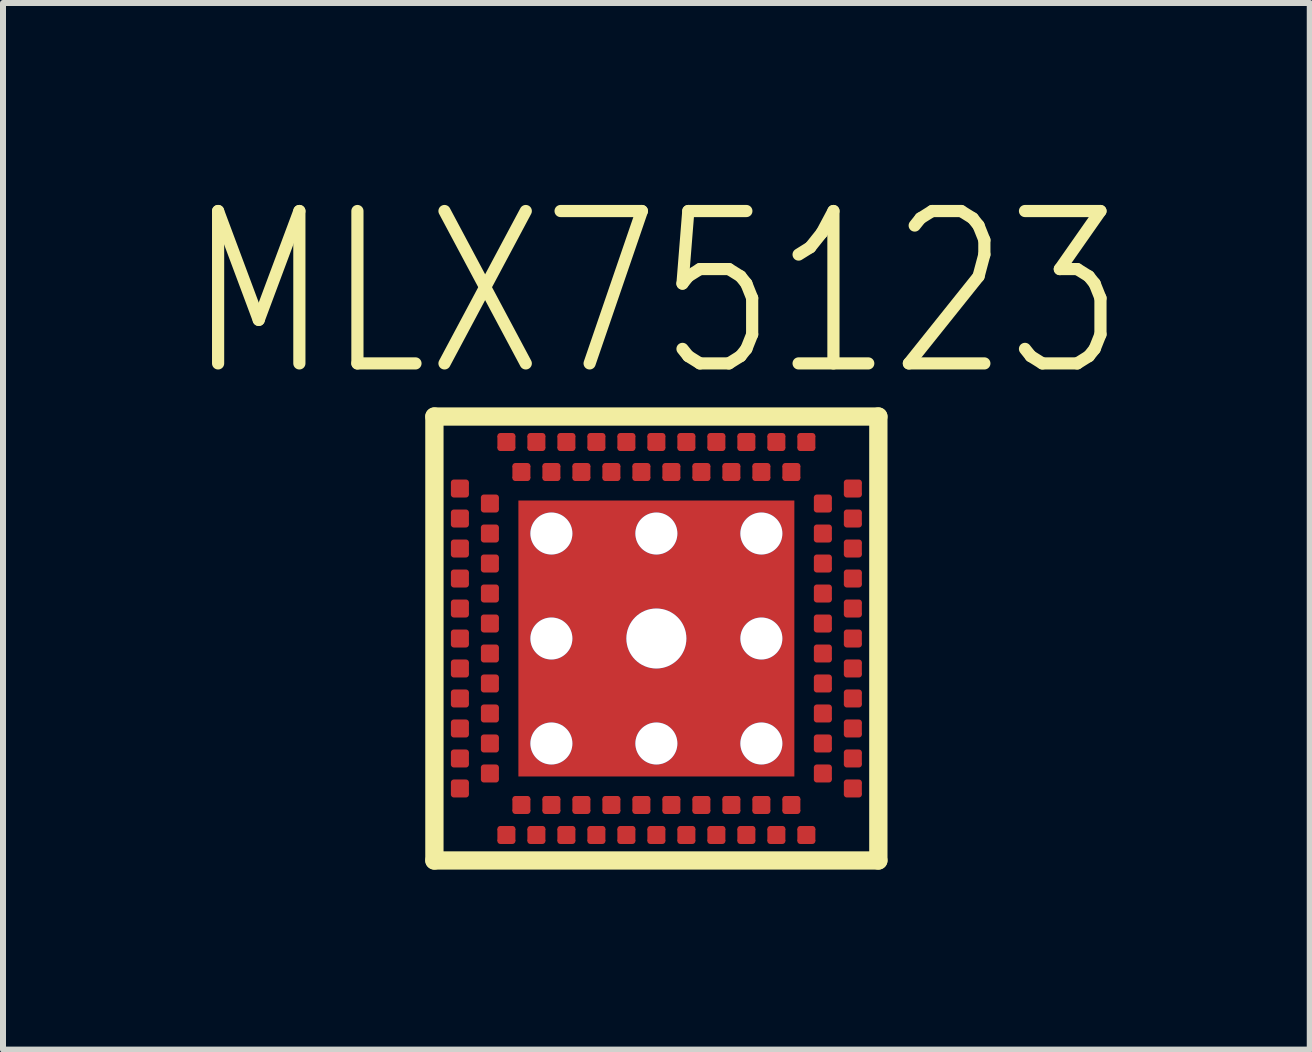
<source format=kicad_pcb>
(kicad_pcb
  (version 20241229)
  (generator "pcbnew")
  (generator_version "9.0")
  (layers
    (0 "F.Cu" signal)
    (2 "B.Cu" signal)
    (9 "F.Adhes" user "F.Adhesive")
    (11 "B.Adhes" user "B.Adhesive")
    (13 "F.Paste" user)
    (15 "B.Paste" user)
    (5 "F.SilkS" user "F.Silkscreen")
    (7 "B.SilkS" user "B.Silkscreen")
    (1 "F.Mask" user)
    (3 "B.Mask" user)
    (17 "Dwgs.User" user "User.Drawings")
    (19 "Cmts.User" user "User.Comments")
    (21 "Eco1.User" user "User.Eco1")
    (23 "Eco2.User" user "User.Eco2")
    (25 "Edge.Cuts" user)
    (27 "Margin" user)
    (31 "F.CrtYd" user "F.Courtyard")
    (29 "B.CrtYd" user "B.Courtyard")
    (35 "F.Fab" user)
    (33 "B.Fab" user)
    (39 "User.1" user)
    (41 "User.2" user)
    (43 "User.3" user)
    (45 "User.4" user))
  (footprint "MLX75123"
    (layer "F.Cu")
    (at 7.891 7.593)
    (property "Reference" "MLX75123" (at 0 -5.75 0) (layer "F.SilkS") (effects (font (size 2.54 2.032) (thickness 0.203))))
    (attr through_hole)
    (fp_line (start -3.7 -3.7) (end -3.7 3.7) (stroke (width 0.305) (type solid)) (layer "F.SilkS"))
    (fp_line (start -3.7 3.7) (end 3.7 3.7) (stroke (width 0.305) (type solid)) (layer "F.SilkS"))
    (fp_line (start 3.7 -3.7) (end -3.7 -3.7) (stroke (width 0.305) (type solid)) (layer "F.SilkS"))
    (fp_line (start 3.7 3.7) (end 3.7 -3.7) (stroke (width 0.305) (type solid)) (layer "F.SilkS"))
    (pad "A1" smd oval (at -2.5 3.175 270) (size 0.1 0.3) (layers "F.Cu" "F.Mask" "F.Paste"))
    (pad "A1" smd rect (at -2.5 3.275 270) (size 0.2 0.3) (layers "F.Cu" "F.Mask" "F.Paste"))
    (pad "A1" smd oval (at -2.5 3.375 270) (size 0.1 0.3) (layers "F.Cu" "F.Mask" "F.Paste"))
    (pad "A2" smd oval (at -2 3.175 270) (size 0.1 0.3) (layers "F.Cu" "F.Mask" "F.Paste"))
    (pad "A2" smd rect (at -2 3.275 270) (size 0.2 0.3) (layers "F.Cu" "F.Mask" "F.Paste"))
    (pad "A2" smd oval (at -2 3.375 270) (size 0.1 0.3) (layers "F.Cu" "F.Mask" "F.Paste"))
    (pad "A3" smd oval (at -1.5 3.175 270) (size 0.1 0.3) (layers "F.Cu" "F.Mask" "F.Paste"))
    (pad "A3" smd rect (at -1.5 3.275 270) (size 0.2 0.3) (layers "F.Cu" "F.Mask" "F.Paste"))
    (pad "A3" smd oval (at -1.5 3.375 270) (size 0.1 0.3) (layers "F.Cu" "F.Mask" "F.Paste"))
    (pad "A4" smd oval (at -1 3.175 270) (size 0.1 0.3) (layers "F.Cu" "F.Mask" "F.Paste"))
    (pad "A4" smd rect (at -1 3.275 270) (size 0.2 0.3) (layers "F.Cu" "F.Mask" "F.Paste"))
    (pad "A4" smd oval (at -1 3.375 270) (size 0.1 0.3) (layers "F.Cu" "F.Mask" "F.Paste"))
    (pad "A5" smd oval (at -0.5 3.175 270) (size 0.1 0.3) (layers "F.Cu" "F.Mask" "F.Paste"))
    (pad "A5" smd rect (at -0.5 3.275 270) (size 0.2 0.3) (layers "F.Cu" "F.Mask" "F.Paste"))
    (pad "A5" smd oval (at -0.5 3.375 270) (size 0.1 0.3) (layers "F.Cu" "F.Mask" "F.Paste"))
    (pad "A6" smd oval (at 0 3.175 270) (size 0.1 0.3) (layers "F.Cu" "F.Mask" "F.Paste"))
    (pad "A6" smd rect (at 0 3.275 270) (size 0.2 0.3) (layers "F.Cu" "F.Mask" "F.Paste"))
    (pad "A6" smd oval (at 0 3.375 270) (size 0.1 0.3) (layers "F.Cu" "F.Mask" "F.Paste"))
    (pad "A7" smd oval (at 0.5 3.175 270) (size 0.1 0.3) (layers "F.Cu" "F.Mask" "F.Paste"))
    (pad "A7" smd rect (at 0.5 3.275 270) (size 0.2 0.3) (layers "F.Cu" "F.Mask" "F.Paste"))
    (pad "A7" smd oval (at 0.5 3.375 270) (size 0.1 0.3) (layers "F.Cu" "F.Mask" "F.Paste"))
    (pad "A8" smd oval (at 1 3.175 270) (size 0.1 0.3) (layers "F.Cu" "F.Mask" "F.Paste"))
    (pad "A8" smd rect (at 1 3.275 270) (size 0.2 0.3) (layers "F.Cu" "F.Mask" "F.Paste"))
    (pad "A8" smd oval (at 1 3.375 270) (size 0.1 0.3) (layers "F.Cu" "F.Mask" "F.Paste"))
    (pad "A9" smd oval (at 1.5 3.175 270) (size 0.1 0.3) (layers "F.Cu" "F.Mask" "F.Paste"))
    (pad "A9" smd rect (at 1.5 3.275 270) (size 0.2 0.3) (layers "F.Cu" "F.Mask" "F.Paste"))
    (pad "A9" smd oval (at 1.5 3.375 270) (size 0.1 0.3) (layers "F.Cu" "F.Mask" "F.Paste"))
    (pad "A10" smd oval (at 2 3.175 270) (size 0.1 0.3) (layers "F.Cu" "F.Mask" "F.Paste"))
    (pad "A10" smd rect (at 2 3.275 270) (size 0.2 0.3) (layers "F.Cu" "F.Mask" "F.Paste"))
    (pad "A10" smd oval (at 2 3.375 270) (size 0.1 0.3) (layers "F.Cu" "F.Mask" "F.Paste"))
    (pad "A11" smd oval (at 2.5 3.175 270) (size 0.1 0.3) (layers "F.Cu" "F.Mask" "F.Paste"))
    (pad "A11" smd rect (at 2.5 3.275 270) (size 0.2 0.3) (layers "F.Cu" "F.Mask" "F.Paste"))
    (pad "A11" smd oval (at 2.5 3.375 270) (size 0.1 0.3) (layers "F.Cu" "F.Mask" "F.Paste"))
    (pad "A12" smd oval (at 3.275 2.4 90) (size 0.1 0.3) (layers "F.Cu" "F.Mask" "F.Paste"))
    (pad "A12" smd rect (at 3.275 2.5 90) (size 0.2 0.3) (layers "F.Cu" "F.Mask" "F.Paste"))
    (pad "A12" smd oval (at 3.275 2.6 90) (size 0.1 0.3) (layers "F.Cu" "F.Mask" "F.Paste"))
    (pad "A13" smd oval (at 3.275 1.9 90) (size 0.1 0.3) (layers "F.Cu" "F.Mask" "F.Paste"))
    (pad "A13" smd rect (at 3.275 2 90) (size 0.2 0.3) (layers "F.Cu" "F.Mask" "F.Paste"))
    (pad "A13" smd oval (at 3.275 2.1 90) (size 0.1 0.3) (layers "F.Cu" "F.Mask" "F.Paste"))
    (pad "A14" smd oval (at 3.275 1.4 90) (size 0.1 0.3) (layers "F.Cu" "F.Mask" "F.Paste"))
    (pad "A14" smd rect (at 3.275 1.5 90) (size 0.2 0.3) (layers "F.Cu" "F.Mask" "F.Paste"))
    (pad "A14" smd oval (at 3.275 1.6 90) (size 0.1 0.3) (layers "F.Cu" "F.Mask" "F.Paste"))
    (pad "A15" smd oval (at 3.275 0.9 90) (size 0.1 0.3) (layers "F.Cu" "F.Mask" "F.Paste"))
    (pad "A15" smd rect (at 3.275 1 90) (size 0.2 0.3) (layers "F.Cu" "F.Mask" "F.Paste"))
    (pad "A15" smd oval (at 3.275 1.1 90) (size 0.1 0.3) (layers "F.Cu" "F.Mask" "F.Paste"))
    (pad "A16" smd oval (at 3.275 0.4 90) (size 0.1 0.3) (layers "F.Cu" "F.Mask" "F.Paste"))
    (pad "A16" smd rect (at 3.275 0.5 90) (size 0.2 0.3) (layers "F.Cu" "F.Mask" "F.Paste"))
    (pad "A16" smd oval (at 3.275 0.6 90) (size 0.1 0.3) (layers "F.Cu" "F.Mask" "F.Paste"))
    (pad "A17" smd oval (at 3.275 -0.1 90) (size 0.1 0.3) (layers "F.Cu" "F.Mask" "F.Paste"))
    (pad "A17" smd rect (at 3.275 0 90) (size 0.2 0.3) (layers "F.Cu" "F.Mask" "F.Paste"))
    (pad "A17" smd oval (at 3.275 0.1 90) (size 0.1 0.3) (layers "F.Cu" "F.Mask" "F.Paste"))
    (pad "A18" smd oval (at 3.275 -0.6 90) (size 0.1 0.3) (layers "F.Cu" "F.Mask" "F.Paste"))
    (pad "A18" smd rect (at 3.275 -0.5 90) (size 0.2 0.3) (layers "F.Cu" "F.Mask" "F.Paste"))
    (pad "A18" smd oval (at 3.275 -0.4 90) (size 0.1 0.3) (layers "F.Cu" "F.Mask" "F.Paste"))
    (pad "A19" smd oval (at 3.275 -1.1 90) (size 0.1 0.3) (layers "F.Cu" "F.Mask" "F.Paste"))
    (pad "A19" smd rect (at 3.275 -1 90) (size 0.2 0.3) (layers "F.Cu" "F.Mask" "F.Paste"))
    (pad "A19" smd oval (at 3.275 -0.9 90) (size 0.1 0.3) (layers "F.Cu" "F.Mask" "F.Paste"))
    (pad "A20" smd oval (at 3.275 -1.6 90) (size 0.1 0.3) (layers "F.Cu" "F.Mask" "F.Paste"))
    (pad "A20" smd rect (at 3.275 -1.5 90) (size 0.2 0.3) (layers "F.Cu" "F.Mask" "F.Paste"))
    (pad "A20" smd oval (at 3.275 -1.4 90) (size 0.1 0.3) (layers "F.Cu" "F.Mask" "F.Paste"))
    (pad "A21" smd oval (at 3.275 -2.1 90) (size 0.1 0.3) (layers "F.Cu" "F.Mask" "F.Paste"))
    (pad "A21" smd rect (at 3.275 -2 90) (size 0.2 0.3) (layers "F.Cu" "F.Mask" "F.Paste"))
    (pad "A21" smd oval (at 3.275 -1.9 90) (size 0.1 0.3) (layers "F.Cu" "F.Mask" "F.Paste"))
    (pad "A22" smd oval (at 3.275 -2.6 90) (size 0.1 0.3) (layers "F.Cu" "F.Mask" "F.Paste"))
    (pad "A22" smd rect (at 3.275 -2.5 90) (size 0.2 0.3) (layers "F.Cu" "F.Mask" "F.Paste"))
    (pad "A22" smd oval (at 3.275 -2.4 90) (size 0.1 0.3) (layers "F.Cu" "F.Mask" "F.Paste"))
    (pad "A23" smd oval (at 2.5 -3.375 270) (size 0.1 0.3) (layers "F.Cu" "F.Mask" "F.Paste"))
    (pad "A23" smd rect (at 2.5 -3.275 270) (size 0.2 0.3) (layers "F.Cu" "F.Mask" "F.Paste"))
    (pad "A23" smd oval (at 2.5 -3.175 270) (size 0.1 0.3) (layers "F.Cu" "F.Mask" "F.Paste"))
    (pad "A24" smd oval (at 2 -3.375 270) (size 0.1 0.3) (layers "F.Cu" "F.Mask" "F.Paste"))
    (pad "A24" smd rect (at 2 -3.275 270) (size 0.2 0.3) (layers "F.Cu" "F.Mask" "F.Paste"))
    (pad "A24" smd oval (at 2 -3.175 270) (size 0.1 0.3) (layers "F.Cu" "F.Mask" "F.Paste"))
    (pad "A25" smd oval (at 1.5 -3.375 270) (size 0.1 0.3) (layers "F.Cu" "F.Mask" "F.Paste"))
    (pad "A25" smd rect (at 1.5 -3.275 270) (size 0.2 0.3) (layers "F.Cu" "F.Mask" "F.Paste"))
    (pad "A25" smd oval (at 1.5 -3.175 270) (size 0.1 0.3) (layers "F.Cu" "F.Mask" "F.Paste"))
    (pad "A26" smd oval (at 1 -3.375 270) (size 0.1 0.3) (layers "F.Cu" "F.Mask" "F.Paste"))
    (pad "A26" smd rect (at 1 -3.275 270) (size 0.2 0.3) (layers "F.Cu" "F.Mask" "F.Paste"))
    (pad "A26" smd oval (at 1 -3.175 270) (size 0.1 0.3) (layers "F.Cu" "F.Mask" "F.Paste"))
    (pad "A27" smd oval (at 0.5 -3.375 270) (size 0.1 0.3) (layers "F.Cu" "F.Mask" "F.Paste"))
    (pad "A27" smd rect (at 0.5 -3.275 270) (size 0.2 0.3) (layers "F.Cu" "F.Mask" "F.Paste"))
    (pad "A27" smd oval (at 0.5 -3.175 270) (size 0.1 0.3) (layers "F.Cu" "F.Mask" "F.Paste"))
    (pad "A28" smd oval (at 0 -3.375 270) (size 0.1 0.3) (layers "F.Cu" "F.Mask" "F.Paste"))
    (pad "A28" smd rect (at 0 -3.275 270) (size 0.2 0.3) (layers "F.Cu" "F.Mask" "F.Paste"))
    (pad "A28" smd oval (at 0 -3.175 270) (size 0.1 0.3) (layers "F.Cu" "F.Mask" "F.Paste"))
    (pad "A29" smd oval (at -0.5 -3.375 270) (size 0.1 0.3) (layers "F.Cu" "F.Mask" "F.Paste"))
    (pad "A29" smd rect (at -0.5 -3.275 270) (size 0.2 0.3) (layers "F.Cu" "F.Mask" "F.Paste"))
    (pad "A29" smd oval (at -0.5 -3.175 270) (size 0.1 0.3) (layers "F.Cu" "F.Mask" "F.Paste"))
    (pad "A30" smd oval (at -1 -3.375 270) (size 0.1 0.3) (layers "F.Cu" "F.Mask" "F.Paste"))
    (pad "A30" smd rect (at -1 -3.275 270) (size 0.2 0.3) (layers "F.Cu" "F.Mask" "F.Paste"))
    (pad "A30" smd oval (at -1 -3.175 270) (size 0.1 0.3) (layers "F.Cu" "F.Mask" "F.Paste"))
    (pad "A31" smd oval (at -1.5 -3.375 270) (size 0.1 0.3) (layers "F.Cu" "F.Mask" "F.Paste"))
    (pad "A31" smd rect (at -1.5 -3.275 270) (size 0.2 0.3) (layers "F.Cu" "F.Mask" "F.Paste"))
    (pad "A31" smd oval (at -1.5 -3.175 270) (size 0.1 0.3) (layers "F.Cu" "F.Mask" "F.Paste"))
    (pad "A32" smd oval (at -2 -3.375 270) (size 0.1 0.3) (layers "F.Cu" "F.Mask" "F.Paste"))
    (pad "A32" smd rect (at -2 -3.275 270) (size 0.2 0.3) (layers "F.Cu" "F.Mask" "F.Paste"))
    (pad "A32" smd oval (at -2 -3.175 270) (size 0.1 0.3) (layers "F.Cu" "F.Mask" "F.Paste"))
    (pad "A33" smd oval (at -2.5 -3.375 270) (size 0.1 0.3) (layers "F.Cu" "F.Mask" "F.Paste"))
    (pad "A33" smd rect (at -2.5 -3.275 270) (size 0.2 0.3) (layers "F.Cu" "F.Mask" "F.Paste"))
    (pad "A33" smd oval (at -2.5 -3.175 270) (size 0.1 0.3) (layers "F.Cu" "F.Mask" "F.Paste"))
    (pad "A34" smd oval (at -3.275 -2.6 90) (size 0.1 0.3) (layers "F.Cu" "F.Mask" "F.Paste"))
    (pad "A34" smd rect (at -3.275 -2.5 90) (size 0.2 0.3) (layers "F.Cu" "F.Mask" "F.Paste"))
    (pad "A34" smd oval (at -3.275 -2.4 90) (size 0.1 0.3) (layers "F.Cu" "F.Mask" "F.Paste"))
    (pad "A35" smd oval (at -3.275 -2.1 90) (size 0.1 0.3) (layers "F.Cu" "F.Mask" "F.Paste"))
    (pad "A35" smd rect (at -3.275 -2 90) (size 0.2 0.3) (layers "F.Cu" "F.Mask" "F.Paste"))
    (pad "A35" smd oval (at -3.275 -1.9 90) (size 0.1 0.3) (layers "F.Cu" "F.Mask" "F.Paste"))
    (pad "A36" smd oval (at -3.275 -1.6 90) (size 0.1 0.3) (layers "F.Cu" "F.Mask" "F.Paste"))
    (pad "A36" smd rect (at -3.275 -1.5 90) (size 0.2 0.3) (layers "F.Cu" "F.Mask" "F.Paste"))
    (pad "A36" smd oval (at -3.275 -1.4 90) (size 0.1 0.3) (layers "F.Cu" "F.Mask" "F.Paste"))
    (pad "A37" smd oval (at -3.275 -1.1 90) (size 0.1 0.3) (layers "F.Cu" "F.Mask" "F.Paste"))
    (pad "A37" smd rect (at -3.275 -1 90) (size 0.2 0.3) (layers "F.Cu" "F.Mask" "F.Paste"))
    (pad "A37" smd oval (at -3.275 -0.9 90) (size 0.1 0.3) (layers "F.Cu" "F.Mask" "F.Paste"))
    (pad "A38" smd oval (at -3.275 -0.6 90) (size 0.1 0.3) (layers "F.Cu" "F.Mask" "F.Paste"))
    (pad "A38" smd rect (at -3.275 -0.5 90) (size 0.2 0.3) (layers "F.Cu" "F.Mask" "F.Paste"))
    (pad "A38" smd oval (at -3.275 -0.4 90) (size 0.1 0.3) (layers "F.Cu" "F.Mask" "F.Paste"))
    (pad "A39" smd oval (at -3.275 -0.1 90) (size 0.1 0.3) (layers "F.Cu" "F.Mask" "F.Paste"))
    (pad "A39" smd rect (at -3.275 0 90) (size 0.2 0.3) (layers "F.Cu" "F.Mask" "F.Paste"))
    (pad "A39" smd oval (at -3.275 0.1 90) (size 0.1 0.3) (layers "F.Cu" "F.Mask" "F.Paste"))
    (pad "A40" smd oval (at -3.275 0.4 90) (size 0.1 0.3) (layers "F.Cu" "F.Mask" "F.Paste"))
    (pad "A40" smd rect (at -3.275 0.5 90) (size 0.2 0.3) (layers "F.Cu" "F.Mask" "F.Paste"))
    (pad "A40" smd oval (at -3.275 0.6 90) (size 0.1 0.3) (layers "F.Cu" "F.Mask" "F.Paste"))
    (pad "A41" smd oval (at -3.275 0.9 90) (size 0.1 0.3) (layers "F.Cu" "F.Mask" "F.Paste"))
    (pad "A41" smd rect (at -3.275 1 90) (size 0.2 0.3) (layers "F.Cu" "F.Mask" "F.Paste"))
    (pad "A41" smd oval (at -3.275 1.1 90) (size 0.1 0.3) (layers "F.Cu" "F.Mask" "F.Paste"))
    (pad "A42" smd oval (at -3.275 1.4 90) (size 0.1 0.3) (layers "F.Cu" "F.Mask" "F.Paste"))
    (pad "A42" smd rect (at -3.275 1.5 90) (size 0.2 0.3) (layers "F.Cu" "F.Mask" "F.Paste"))
    (pad "A42" smd oval (at -3.275 1.6 90) (size 0.1 0.3) (layers "F.Cu" "F.Mask" "F.Paste"))
    (pad "A43" smd oval (at -3.275 1.9 90) (size 0.1 0.3) (layers "F.Cu" "F.Mask" "F.Paste"))
    (pad "A43" smd rect (at -3.275 2 90) (size 0.2 0.3) (layers "F.Cu" "F.Mask" "F.Paste"))
    (pad "A43" smd oval (at -3.275 2.1 90) (size 0.1 0.3) (layers "F.Cu" "F.Mask" "F.Paste"))
    (pad "A44" smd oval (at -3.275 2.4 90) (size 0.1 0.3) (layers "F.Cu" "F.Mask" "F.Paste"))
    (pad "A44" smd rect (at -3.275 2.5 90) (size 0.2 0.3) (layers "F.Cu" "F.Mask" "F.Paste"))
    (pad "A44" smd oval (at -3.275 2.6 90) (size 0.1 0.3) (layers "F.Cu" "F.Mask" "F.Paste"))
    (pad "B1" smd oval (at -2.25 2.675 270) (size 0.1 0.3) (layers "F.Cu" "F.Mask" "F.Paste"))
    (pad "B1" smd rect (at -2.25 2.775 270) (size 0.2 0.3) (layers "F.Cu" "F.Mask" "F.Paste"))
    (pad "B1" smd oval (at -2.25 2.875 270) (size 0.1 0.3) (layers "F.Cu" "F.Mask" "F.Paste"))
    (pad "B2" smd oval (at -1.75 2.675 270) (size 0.1 0.3) (layers "F.Cu" "F.Mask" "F.Paste"))
    (pad "B2" smd rect (at -1.75 2.775 270) (size 0.2 0.3) (layers "F.Cu" "F.Mask" "F.Paste"))
    (pad "B2" smd oval (at -1.75 2.875 270) (size 0.1 0.3) (layers "F.Cu" "F.Mask" "F.Paste"))
    (pad "B3" smd oval (at -1.25 2.675 270) (size 0.1 0.3) (layers "F.Cu" "F.Mask" "F.Paste"))
    (pad "B3" smd rect (at -1.25 2.775 270) (size 0.2 0.3) (layers "F.Cu" "F.Mask" "F.Paste"))
    (pad "B3" smd oval (at -1.25 2.875 270) (size 0.1 0.3) (layers "F.Cu" "F.Mask" "F.Paste"))
    (pad "B4" smd oval (at -0.75 2.675 270) (size 0.1 0.3) (layers "F.Cu" "F.Mask" "F.Paste"))
    (pad "B4" smd rect (at -0.75 2.775 270) (size 0.2 0.3) (layers "F.Cu" "F.Mask" "F.Paste"))
    (pad "B4" smd oval (at -0.75 2.875 270) (size 0.1 0.3) (layers "F.Cu" "F.Mask" "F.Paste"))
    (pad "B5" smd oval (at -0.25 2.675 270) (size 0.1 0.3) (layers "F.Cu" "F.Mask" "F.Paste"))
    (pad "B5" smd rect (at -0.25 2.775 270) (size 0.2 0.3) (layers "F.Cu" "F.Mask" "F.Paste"))
    (pad "B5" smd oval (at -0.25 2.875 270) (size 0.1 0.3) (layers "F.Cu" "F.Mask" "F.Paste"))
    (pad "B6" smd oval (at 0.25 2.675 270) (size 0.1 0.3) (layers "F.Cu" "F.Mask" "F.Paste"))
    (pad "B6" smd rect (at 0.25 2.775 270) (size 0.2 0.3) (layers "F.Cu" "F.Mask" "F.Paste"))
    (pad "B6" smd oval (at 0.25 2.875 270) (size 0.1 0.3) (layers "F.Cu" "F.Mask" "F.Paste"))
    (pad "B7" smd oval (at 0.75 2.675 270) (size 0.1 0.3) (layers "F.Cu" "F.Mask" "F.Paste"))
    (pad "B7" smd rect (at 0.75 2.775 270) (size 0.2 0.3) (layers "F.Cu" "F.Mask" "F.Paste"))
    (pad "B7" smd oval (at 0.75 2.875 270) (size 0.1 0.3) (layers "F.Cu" "F.Mask" "F.Paste"))
    (pad "B8" smd oval (at 1.25 2.675 270) (size 0.1 0.3) (layers "F.Cu" "F.Mask" "F.Paste"))
    (pad "B8" smd rect (at 1.25 2.775 270) (size 0.2 0.3) (layers "F.Cu" "F.Mask" "F.Paste"))
    (pad "B8" smd oval (at 1.25 2.875 270) (size 0.1 0.3) (layers "F.Cu" "F.Mask" "F.Paste"))
    (pad "B9" smd oval (at 1.75 2.675 270) (size 0.1 0.3) (layers "F.Cu" "F.Mask" "F.Paste"))
    (pad "B9" smd rect (at 1.75 2.775 270) (size 0.2 0.3) (layers "F.Cu" "F.Mask" "F.Paste"))
    (pad "B9" smd oval (at 1.75 2.875 270) (size 0.1 0.3) (layers "F.Cu" "F.Mask" "F.Paste"))
    (pad "B10" smd oval (at 2.25 2.675 270) (size 0.1 0.3) (layers "F.Cu" "F.Mask" "F.Paste"))
    (pad "B10" smd rect (at 2.25 2.775 270) (size 0.2 0.3) (layers "F.Cu" "F.Mask" "F.Paste"))
    (pad "B10" smd oval (at 2.25 2.875 270) (size 0.1 0.3) (layers "F.Cu" "F.Mask" "F.Paste"))
    (pad "B11" smd oval (at 2.775 2.15 90) (size 0.1 0.3) (layers "F.Cu" "F.Mask" "F.Paste"))
    (pad "B11" smd rect (at 2.775 2.25 90) (size 0.2 0.3) (layers "F.Cu" "F.Mask" "F.Paste"))
    (pad "B11" smd oval (at 2.775 2.35 90) (size 0.1 0.3) (layers "F.Cu" "F.Mask" "F.Paste"))
    (pad "B12" smd oval (at 2.775 1.65 90) (size 0.1 0.3) (layers "F.Cu" "F.Mask" "F.Paste"))
    (pad "B12" smd rect (at 2.775 1.75 90) (size 0.2 0.3) (layers "F.Cu" "F.Mask" "F.Paste"))
    (pad "B12" smd oval (at 2.775 1.85 90) (size 0.1 0.3) (layers "F.Cu" "F.Mask" "F.Paste"))
    (pad "B13" smd oval (at 2.775 1.15 90) (size 0.1 0.3) (layers "F.Cu" "F.Mask" "F.Paste"))
    (pad "B13" smd rect (at 2.775 1.25 90) (size 0.2 0.3) (layers "F.Cu" "F.Mask" "F.Paste"))
    (pad "B13" smd oval (at 2.775 1.35 90) (size 0.1 0.3) (layers "F.Cu" "F.Mask" "F.Paste"))
    (pad "B14" smd oval (at 2.775 0.65 90) (size 0.1 0.3) (layers "F.Cu" "F.Mask" "F.Paste"))
    (pad "B14" smd rect (at 2.775 0.75 90) (size 0.2 0.3) (layers "F.Cu" "F.Mask" "F.Paste"))
    (pad "B14" smd oval (at 2.775 0.85 90) (size 0.1 0.3) (layers "F.Cu" "F.Mask" "F.Paste"))
    (pad "B15" smd oval (at 2.775 0.15 90) (size 0.1 0.3) (layers "F.Cu" "F.Mask" "F.Paste"))
    (pad "B15" smd rect (at 2.775 0.25 90) (size 0.2 0.3) (layers "F.Cu" "F.Mask" "F.Paste"))
    (pad "B15" smd oval (at 2.775 0.35 90) (size 0.1 0.3) (layers "F.Cu" "F.Mask" "F.Paste"))
    (pad "B16" smd oval (at 2.775 -0.35 90) (size 0.1 0.3) (layers "F.Cu" "F.Mask" "F.Paste"))
    (pad "B16" smd rect (at 2.775 -0.25 90) (size 0.2 0.3) (layers "F.Cu" "F.Mask" "F.Paste"))
    (pad "B16" smd oval (at 2.775 -0.15 90) (size 0.1 0.3) (layers "F.Cu" "F.Mask" "F.Paste"))
    (pad "B17" smd oval (at 2.775 -0.85 90) (size 0.1 0.3) (layers "F.Cu" "F.Mask" "F.Paste"))
    (pad "B17" smd rect (at 2.775 -0.75 90) (size 0.2 0.3) (layers "F.Cu" "F.Mask" "F.Paste"))
    (pad "B17" smd oval (at 2.775 -0.65 90) (size 0.1 0.3) (layers "F.Cu" "F.Mask" "F.Paste"))
    (pad "B18" smd oval (at 2.775 -1.35 90) (size 0.1 0.3) (layers "F.Cu" "F.Mask" "F.Paste"))
    (pad "B18" smd rect (at 2.775 -1.25 90) (size 0.2 0.3) (layers "F.Cu" "F.Mask" "F.Paste"))
    (pad "B18" smd oval (at 2.775 -1.15 90) (size 0.1 0.3) (layers "F.Cu" "F.Mask" "F.Paste"))
    (pad "B19" smd oval (at 2.775 -1.85 90) (size 0.1 0.3) (layers "F.Cu" "F.Mask" "F.Paste"))
    (pad "B19" smd rect (at 2.775 -1.75 90) (size 0.2 0.3) (layers "F.Cu" "F.Mask" "F.Paste"))
    (pad "B19" smd oval (at 2.775 -1.65 90) (size 0.1 0.3) (layers "F.Cu" "F.Mask" "F.Paste"))
    (pad "B20" smd oval (at 2.775 -2.35 90) (size 0.1 0.3) (layers "F.Cu" "F.Mask" "F.Paste"))
    (pad "B20" smd rect (at 2.775 -2.25 90) (size 0.2 0.3) (layers "F.Cu" "F.Mask" "F.Paste"))
    (pad "B20" smd oval (at 2.775 -2.15 90) (size 0.1 0.3) (layers "F.Cu" "F.Mask" "F.Paste"))
    (pad "B21" smd oval (at 2.25 -2.875 270) (size 0.1 0.3) (layers "F.Cu" "F.Mask" "F.Paste"))
    (pad "B21" smd rect (at 2.25 -2.775 270) (size 0.2 0.3) (layers "F.Cu" "F.Mask" "F.Paste"))
    (pad "B21" smd oval (at 2.25 -2.675 270) (size 0.1 0.3) (layers "F.Cu" "F.Mask" "F.Paste"))
    (pad "B22" smd oval (at 1.75 -2.875 270) (size 0.1 0.3) (layers "F.Cu" "F.Mask" "F.Paste"))
    (pad "B22" smd rect (at 1.75 -2.775 270) (size 0.2 0.3) (layers "F.Cu" "F.Mask" "F.Paste"))
    (pad "B22" smd oval (at 1.75 -2.675 270) (size 0.1 0.3) (layers "F.Cu" "F.Mask" "F.Paste"))
    (pad "B23" smd oval (at 1.25 -2.875 270) (size 0.1 0.3) (layers "F.Cu" "F.Mask" "F.Paste"))
    (pad "B23" smd rect (at 1.25 -2.775 270) (size 0.2 0.3) (layers "F.Cu" "F.Mask" "F.Paste"))
    (pad "B23" smd oval (at 1.25 -2.675 270) (size 0.1 0.3) (layers "F.Cu" "F.Mask" "F.Paste"))
    (pad "B24" smd oval (at 0.75 -2.875 270) (size 0.1 0.3) (layers "F.Cu" "F.Mask" "F.Paste"))
    (pad "B24" smd rect (at 0.75 -2.775 270) (size 0.2 0.3) (layers "F.Cu" "F.Mask" "F.Paste"))
    (pad "B24" smd oval (at 0.75 -2.675 270) (size 0.1 0.3) (layers "F.Cu" "F.Mask" "F.Paste"))
    (pad "B25" smd oval (at 0.25 -2.875 270) (size 0.1 0.3) (layers "F.Cu" "F.Mask" "F.Paste"))
    (pad "B25" smd rect (at 0.25 -2.775 270) (size 0.2 0.3) (layers "F.Cu" "F.Mask" "F.Paste"))
    (pad "B25" smd oval (at 0.25 -2.675 270) (size 0.1 0.3) (layers "F.Cu" "F.Mask" "F.Paste"))
    (pad "B26" smd oval (at -0.25 -2.875 270) (size 0.1 0.3) (layers "F.Cu" "F.Mask" "F.Paste"))
    (pad "B26" smd rect (at -0.25 -2.775 270) (size 0.2 0.3) (layers "F.Cu" "F.Mask" "F.Paste"))
    (pad "B26" smd oval (at -0.25 -2.675 270) (size 0.1 0.3) (layers "F.Cu" "F.Mask" "F.Paste"))
    (pad "B27" smd oval (at -0.75 -2.875 270) (size 0.1 0.3) (layers "F.Cu" "F.Mask" "F.Paste"))
    (pad "B27" smd rect (at -0.75 -2.775 270) (size 0.2 0.3) (layers "F.Cu" "F.Mask" "F.Paste"))
    (pad "B27" smd oval (at -0.75 -2.675 270) (size 0.1 0.3) (layers "F.Cu" "F.Mask" "F.Paste"))
    (pad "B28" smd oval (at -1.25 -2.875 270) (size 0.1 0.3) (layers "F.Cu" "F.Mask" "F.Paste"))
    (pad "B28" smd rect (at -1.25 -2.775 270) (size 0.2 0.3) (layers "F.Cu" "F.Mask" "F.Paste"))
    (pad "B28" smd oval (at -1.25 -2.675 270) (size 0.1 0.3) (layers "F.Cu" "F.Mask" "F.Paste"))
    (pad "B29" smd oval (at -1.75 -2.875 270) (size 0.1 0.3) (layers "F.Cu" "F.Mask" "F.Paste"))
    (pad "B29" smd rect (at -1.75 -2.775 270) (size 0.2 0.3) (layers "F.Cu" "F.Mask" "F.Paste"))
    (pad "B29" smd oval (at -1.75 -2.675 270) (size 0.1 0.3) (layers "F.Cu" "F.Mask" "F.Paste"))
    (pad "B30" smd oval (at -2.25 -2.875 270) (size 0.1 0.3) (layers "F.Cu" "F.Mask" "F.Paste"))
    (pad "B30" smd rect (at -2.25 -2.775 270) (size 0.2 0.3) (layers "F.Cu" "F.Mask" "F.Paste"))
    (pad "B30" smd oval (at -2.25 -2.675 270) (size 0.1 0.3) (layers "F.Cu" "F.Mask" "F.Paste"))
    (pad "B31" smd oval (at -2.775 -2.35 90) (size 0.1 0.3) (layers "F.Cu" "F.Mask" "F.Paste"))
    (pad "B31" smd rect (at -2.775 -2.25 90) (size 0.2 0.3) (layers "F.Cu" "F.Mask" "F.Paste"))
    (pad "B31" smd oval (at -2.775 -2.15 90) (size 0.1 0.3) (layers "F.Cu" "F.Mask" "F.Paste"))
    (pad "B32" smd oval (at -2.775 -1.85 90) (size 0.1 0.3) (layers "F.Cu" "F.Mask" "F.Paste"))
    (pad "B32" smd rect (at -2.775 -1.75 90) (size 0.2 0.3) (layers "F.Cu" "F.Mask" "F.Paste"))
    (pad "B32" smd oval (at -2.775 -1.65 90) (size 0.1 0.3) (layers "F.Cu" "F.Mask" "F.Paste"))
    (pad "B33" smd oval (at -2.775 -1.35 90) (size 0.1 0.3) (layers "F.Cu" "F.Mask" "F.Paste"))
    (pad "B33" smd rect (at -2.775 -1.25 90) (size 0.2 0.3) (layers "F.Cu" "F.Mask" "F.Paste"))
    (pad "B33" smd oval (at -2.775 -1.15 90) (size 0.1 0.3) (layers "F.Cu" "F.Mask" "F.Paste"))
    (pad "B34" smd oval (at -2.775 -0.85 90) (size 0.1 0.3) (layers "F.Cu" "F.Mask" "F.Paste"))
    (pad "B34" smd rect (at -2.775 -0.75 90) (size 0.2 0.3) (layers "F.Cu" "F.Mask" "F.Paste"))
    (pad "B34" smd oval (at -2.775 -0.65 90) (size 0.1 0.3) (layers "F.Cu" "F.Mask" "F.Paste"))
    (pad "B35" smd oval (at -2.775 -0.35 90) (size 0.1 0.3) (layers "F.Cu" "F.Mask" "F.Paste"))
    (pad "B35" smd rect (at -2.775 -0.25 90) (size 0.2 0.3) (layers "F.Cu" "F.Mask" "F.Paste"))
    (pad "B35" smd oval (at -2.775 -0.15 90) (size 0.1 0.3) (layers "F.Cu" "F.Mask" "F.Paste"))
    (pad "B36" smd oval (at -2.775 0.15 90) (size 0.1 0.3) (layers "F.Cu" "F.Mask" "F.Paste"))
    (pad "B36" smd rect (at -2.775 0.25 90) (size 0.2 0.3) (layers "F.Cu" "F.Mask" "F.Paste"))
    (pad "B36" smd oval (at -2.775 0.35 90) (size 0.1 0.3) (layers "F.Cu" "F.Mask" "F.Paste"))
    (pad "B37" smd oval (at -2.775 0.65 90) (size 0.1 0.3) (layers "F.Cu" "F.Mask" "F.Paste"))
    (pad "B37" smd rect (at -2.775 0.75 90) (size 0.2 0.3) (layers "F.Cu" "F.Mask" "F.Paste"))
    (pad "B37" smd oval (at -2.775 0.85 90) (size 0.1 0.3) (layers "F.Cu" "F.Mask" "F.Paste"))
    (pad "B38" smd oval (at -2.775 1.15 90) (size 0.1 0.3) (layers "F.Cu" "F.Mask" "F.Paste"))
    (pad "B38" smd rect (at -2.775 1.25 90) (size 0.2 0.3) (layers "F.Cu" "F.Mask" "F.Paste"))
    (pad "B38" smd oval (at -2.775 1.35 90) (size 0.1 0.3) (layers "F.Cu" "F.Mask" "F.Paste"))
    (pad "B39" smd oval (at -2.775 1.65 90) (size 0.1 0.3) (layers "F.Cu" "F.Mask" "F.Paste"))
    (pad "B39" smd rect (at -2.775 1.75 90) (size 0.2 0.3) (layers "F.Cu" "F.Mask" "F.Paste"))
    (pad "B39" smd oval (at -2.775 1.85 90) (size 0.1 0.3) (layers "F.Cu" "F.Mask" "F.Paste"))
    (pad "B40" smd oval (at -2.775 2.15 90) (size 0.1 0.3) (layers "F.Cu" "F.Mask" "F.Paste"))
    (pad "B40" smd rect (at -2.775 2.25 90) (size 0.2 0.3) (layers "F.Cu" "F.Mask" "F.Paste"))
    (pad "B40" smd oval (at -2.775 2.35 90) (size 0.1 0.3) (layers "F.Cu" "F.Mask" "F.Paste"))
    (pad "GND" smd rect (at 0 0) (size 4.6 4.6) (layers "F.Cu" "F.Mask" "F.Paste"))
    (pad "H1" thru_hole circle (at 0 0) (size 1 1) (drill 1) (layers "*.Cu" "*.Mask"))
    (pad "H2" thru_hole circle (at -1.75 -1.75) (size 0.7 0.7) (drill 0.7) (layers "*.Cu" "*.Mask"))
    (pad "H3" thru_hole circle (at 1.75 -1.75) (size 0.7 0.7) (drill 0.7) (layers "*.Cu" "*.Mask"))
    (pad "H4" thru_hole circle (at 1.75 1.75) (size 0.7 0.7) (drill 0.7) (layers "*.Cu" "*.Mask"))
    (pad "H5" thru_hole circle (at -1.75 1.75) (size 0.7 0.7) (drill 0.7) (layers "*.Cu" "*.Mask"))
    (pad "H6" thru_hole circle (at -1.75 0) (size 0.7 0.7) (drill 0.7) (layers "*.Cu" "*.Mask"))
    (pad "H8" thru_hole circle (at 0 -1.75) (size 0.7 0.7) (drill 0.7) (layers "*.Cu" "*.Mask"))
    (pad "H9" thru_hole circle (at 0 1.75) (size 0.7 0.7) (drill 0.7) (layers "*.Cu" "*.Mask"))
    (pad "H10" thru_hole circle (at 1.75 0) (size 0.7 0.7) (drill 0.7) (layers "*.Cu" "*.Mask")))
  (gr_rect
    (start -3 -3)
    (end 18.782 14.445)
    (stroke (width 0.1) (type default))
    (fill no)
    (layer "Edge.Cuts")))
</source>
